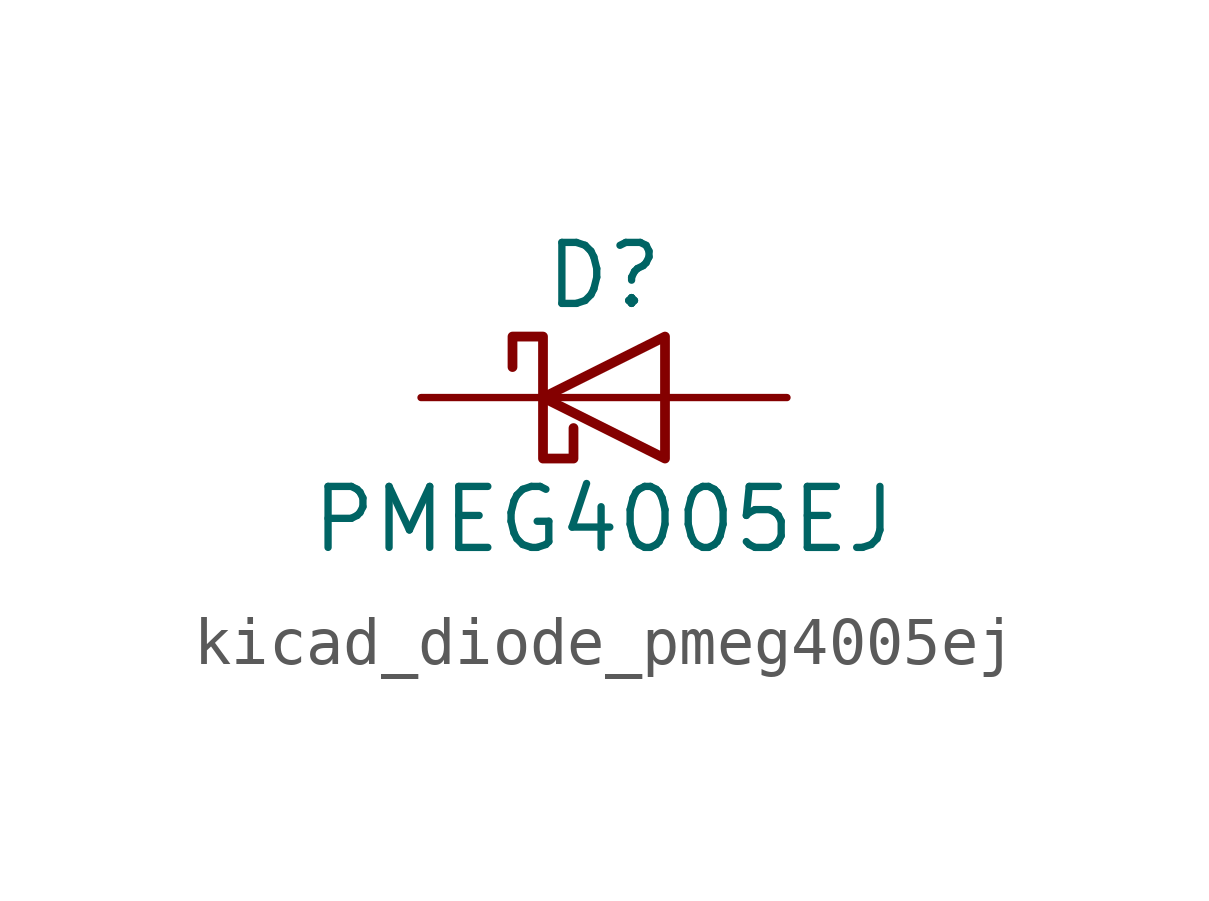
<source format=kicad_sym>
(kicad_symbol_lib
  (version 20220914)
  (generator kicad_symbol_editor)
  (symbol "kicad_diode_pmeg4005ej"
    (pin_numbers hide)
    (pin_names hide)
    (property "Reference" "D"
      (at 0 2.54 0)
      (effects (font (size 1.27 1.27))))
    (property "Value" "PMEG4005EJ"
      (at 0 -2.54 0)
      (effects (font (size 1.27 1.27))))
    (symbol "kicad_diode_pmeg4005ej_0_1"
      (polyline (pts (xy 1.27 0) (xy -1.27 0)) (stroke (width 0) (type default)) (fill (type none)))
      (polyline (pts (xy 1.27 1.27) (xy 1.27 -1.27) (xy -1.27 0) (xy 1.27 1.27)) (stroke (width 0.203) (type default)) (fill (type none)))
      (polyline (pts (xy -1.905 0.635) (xy -1.905 1.27) (xy -1.27 1.27) (xy -1.27 -1.27) (xy -0.635 -1.27) (xy -0.635 -0.635)) (stroke (width 0.203) (type default)) (fill (type none))))
    (symbol "kicad_diode_pmeg4005ej_1_1"
      (pin passive line (at -3.81 0 0) (length 2.54) (name "K" (effects (font (size 1.27 1.27)))) (number "1" (effects (font (size 1.27 1.27)))))
      (pin passive line (at 3.81 0 180) (length 2.54) (name "A" (effects (font (size 1.27 1.27)))) (number "2" (effects (font (size 1.27 1.27))))))))
</source>
